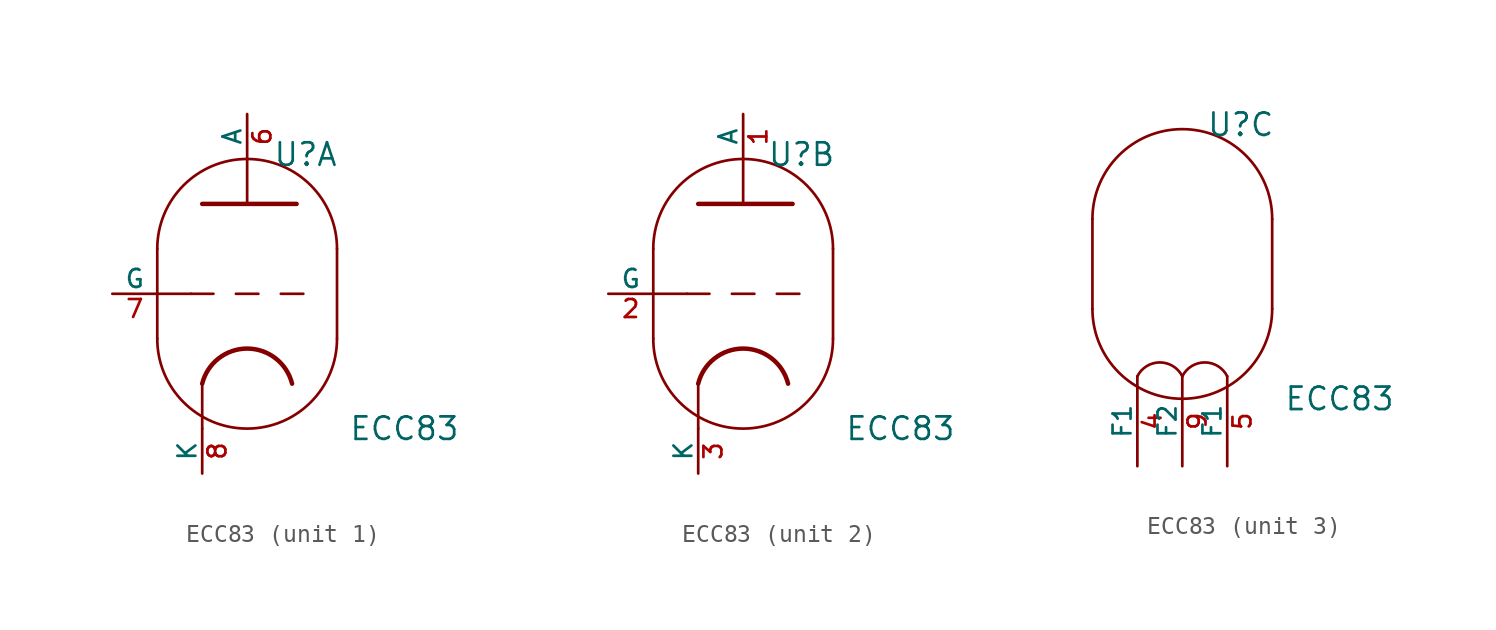
<source format=kicad_sym>
(kicad_symbol_lib
  (version 20241209)
  (generator "kicad_symbol_editor")
  (generator_version "9.0")
  (symbol "ECC83"
    (pin_names
      (offset 0))
    (property "Reference" "U"
      (at 3.302 7.874 0)
      (effects (font (size 1.27 1.27))))
    (property "Value" "ECC83"
      (at 8.89 -7.62 0)
      (effects (font (size 1.27 1.27))))
    (property "Datasheet" ""
      (at 0 0 0)
      (effects (font (size 1.524 1.524))))
    (property "ki_locked" ""
      (at 0 0 0)
      (effects (font (size 1.27 1.27))))
    (symbol "ECC83_0_1"
      (polyline (pts (xy -5.08 2.54) (xy -5.08 -2.54) (xy -5.08 -2.54)) (stroke (width 0) (type default)) (fill (type none)))
      (arc (start -5.08 2.54) (mid 0 7.5979) (end 5.08 2.54) (stroke (width 0) (type default)) (fill (type none)))
      (arc (start 5.08 -2.54) (mid 0 -7.5979) (end -5.08 -2.54) (stroke (width 0) (type default)) (fill (type none)))
      (polyline (pts (xy 5.08 2.54) (xy 5.08 -2.54)) (stroke (width 0) (type default)) (fill (type none))))
    (symbol "ECC83_1_0"
      (polyline (pts (xy -2.54 -5.08) (xy -2.54 -7.62)) (stroke (width 0) (type default)) (fill (type none)))
      (polyline (pts (xy 0 5.08) (xy 0 7.62)) (stroke (width 0) (type default)) (fill (type none))))
    (symbol "ECC83_1_1"
      (polyline (pts (xy -5.08 0) (xy -3.175 0)) (stroke (width 0) (type default)) (fill (type none)))
      (polyline (pts (xy -2.54 5.08) (xy 2.794 5.08) (xy 2.794 5.08)) (stroke (width 0.254) (type default)) (fill (type none)))
      (polyline (pts (xy -1.905 0) (xy -3.175 0)) (stroke (width 0.152) (type default)) (fill (type none)))
      (polyline (pts (xy -0.635 0) (xy 0.635 0)) (stroke (width 0.152) (type default)) (fill (type none)))
      (arc (start -2.54 -5.08) (mid 0 -3.0968) (end 2.54 -5.08) (stroke (width 0.254) (type default)) (fill (type none)))
      (polyline (pts (xy 1.905 0) (xy 3.175 0)) (stroke (width 0.152) (type default)) (fill (type none)))
      (pin input line (at -7.62 0 0) (length 2.54) (name "G" (effects (font (size 1.016 1.016)))) (number "7" (effects (font (size 1.016 1.016)))))
      (pin passive line (at -2.54 -10.16 90) (length 2.54) (name "K" (effects (font (size 1.016 1.016)))) (number "8" (effects (font (size 1.016 1.016)))))
      (pin passive line (at 0 10.16 270) (length 2.54) (name "A" (effects (font (size 1.016 1.016)))) (number "6" (effects (font (size 1.016 1.016))))))
    (symbol "ECC83_2_0"
      (polyline (pts (xy -2.54 -5.08) (xy -2.54 -7.62)) (stroke (width 0) (type default)) (fill (type none)))
      (polyline (pts (xy 0 5.08) (xy 0 7.62)) (stroke (width 0) (type default)) (fill (type none))))
    (symbol "ECC83_2_1"
      (polyline (pts (xy -5.08 0) (xy -3.175 0)) (stroke (width 0) (type default)) (fill (type none)))
      (polyline (pts (xy -2.54 5.08) (xy 2.794 5.08) (xy 2.794 5.08)) (stroke (width 0.254) (type default)) (fill (type none)))
      (polyline (pts (xy -1.905 0) (xy -3.175 0)) (stroke (width 0.152) (type default)) (fill (type none)))
      (polyline (pts (xy -0.635 0) (xy 0.635 0)) (stroke (width 0.152) (type default)) (fill (type none)))
      (arc (start -2.54 -5.08) (mid 0 -3.0968) (end 2.54 -5.08) (stroke (width 0.254) (type default)) (fill (type none)))
      (polyline (pts (xy 1.905 0) (xy 3.175 0)) (stroke (width 0.152) (type default)) (fill (type none)))
      (pin input line (at -7.62 0 0) (length 2.54) (name "G" (effects (font (size 1.016 1.016)))) (number "2" (effects (font (size 1.016 1.016)))))
      (pin passive line (at -2.54 -10.16 90) (length 2.54) (name "K" (effects (font (size 1.016 1.016)))) (number "3" (effects (font (size 1.016 1.016)))))
      (pin passive line (at 0 10.16 270) (length 2.54) (name "A" (effects (font (size 1.016 1.016)))) (number "1" (effects (font (size 1.016 1.016))))))
    (symbol "ECC83_3_1"
      (arc (start -2.54 -6.35) (mid -1.27 -5.5651) (end 0 -6.35) (stroke (width 0) (type default)) (fill (type none)))
      (arc (start 0 -6.35) (mid 1.27 -5.5651) (end 2.54 -6.35) (stroke (width 0) (type default)) (fill (type none)))
      (pin input line (at -2.54 -11.43 90) (length 5.08) (name "F1" (effects (font (size 1.016 1.016)))) (number "4" (effects (font (size 1.016 1.016)))))
      (pin input line (at 0 -11.43 90) (length 5.08) (name "F2" (effects (font (size 1.016 1.016)))) (number "9" (effects (font (size 1.016 1.016)))))
      (pin input line (at 2.54 -11.43 90) (length 5.08) (name "F1" (effects (font (size 1.016 1.016)))) (number "5" (effects (font (size 1.016 1.016))))))))
</source>
